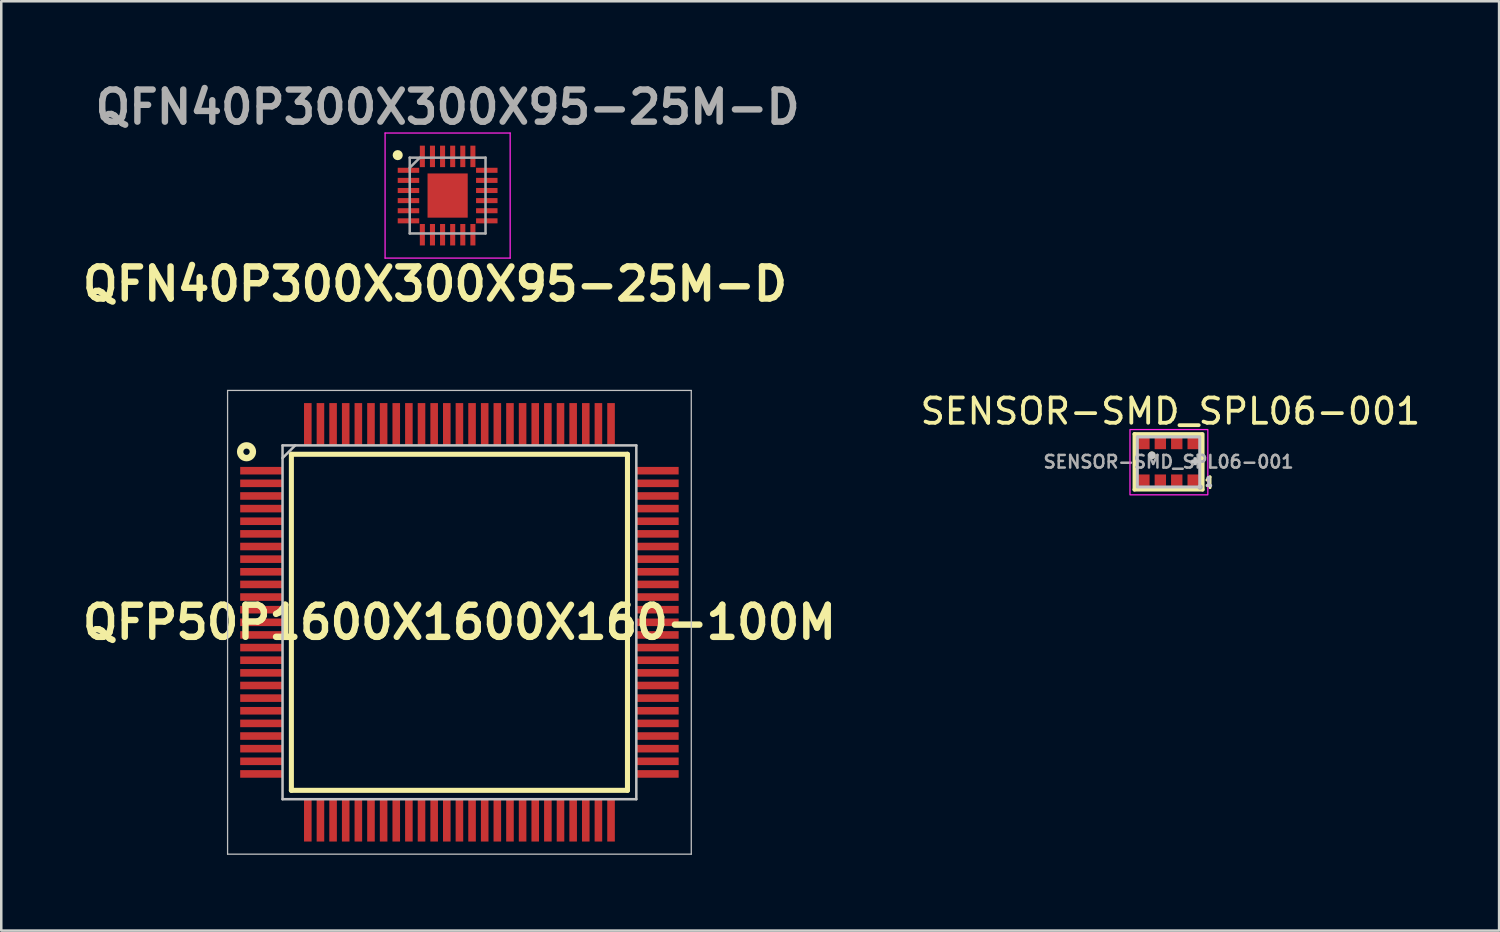
<source format=kicad_pcb>
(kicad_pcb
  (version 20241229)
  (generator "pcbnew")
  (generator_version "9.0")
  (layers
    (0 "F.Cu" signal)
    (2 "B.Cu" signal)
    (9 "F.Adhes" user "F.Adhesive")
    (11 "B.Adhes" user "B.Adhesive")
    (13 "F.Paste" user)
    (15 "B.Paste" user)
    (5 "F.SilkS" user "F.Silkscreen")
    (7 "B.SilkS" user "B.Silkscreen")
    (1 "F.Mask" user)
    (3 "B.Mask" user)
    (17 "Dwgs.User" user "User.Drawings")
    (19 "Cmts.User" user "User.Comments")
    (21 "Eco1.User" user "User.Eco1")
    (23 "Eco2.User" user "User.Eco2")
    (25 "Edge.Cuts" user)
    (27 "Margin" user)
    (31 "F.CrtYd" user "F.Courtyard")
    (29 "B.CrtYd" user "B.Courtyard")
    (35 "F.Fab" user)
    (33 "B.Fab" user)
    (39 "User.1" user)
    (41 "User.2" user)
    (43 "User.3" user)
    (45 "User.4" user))
  (footprint "SENSOR-SMD_SPL06-001"
    (layer "F.Cu")
    (at 43.193 15.226)
    (property "Reference" "SENSOR-SMD_SPL06-001" (at 0.075 -2.001 0) (layer "F.SilkS") (effects (font (size 1 1) (thickness 0.15))))
    (fp_line (start -1.349 -1.1) (end -1.349 1.1) (stroke (width 0.152) (type default)) (layer "F.SilkS"))
    (fp_line (start -1.349 1.1) (end 1.349 1.1) (stroke (width 0.152) (type default)) (layer "F.SilkS"))
    (fp_line (start 1.3 -1.1) (end -1.349 -1.1) (stroke (width 0.152) (type default)) (layer "F.SilkS"))
    (fp_line (start 1.349 1.1) (end 1.349 -1.1) (stroke (width 0.152) (type default)) (layer "F.SilkS"))
    (fp_line (start 1.64 0.6) (end 1.52 0.72) (stroke (width 0.12) (type default)) (layer "F.SilkS"))
    (fp_line (start 1.64 1.02) (end 1.64 0.6) (stroke (width 0.12) (type default)) (layer "F.SilkS"))
    (fp_circle (center -0.66 -0.26) (end -0.585 -0.26) (stroke (width 0.15) (type default)) (fill no) (layer "F.SilkS"))
    (fp_poly (pts (xy 0.94 -0.04) (xy 1.16 -0.04) (xy 1.16 0) (xy 0.94 0)) (stroke (width 0) (type default)) (fill yes) (layer "F.SilkS"))
    (fp_poly (pts (xy 1.032 0.084) (xy 1.032 -0.136) (xy 1.073 -0.136) (xy 1.073 0.084)) (stroke (width 0) (type default)) (fill yes) (layer "F.SilkS"))
    (fp_circle (center -0.66 -0.26) (end -0.585 -0.26) (stroke (width 0.15) (type default)) (fill no) (layer "Dwgs.User"))
    (fp_poly (pts (xy 0.94 -0.04) (xy 1.16 -0.04) (xy 1.16 0) (xy 0.94 0)) (stroke (width 0.1) (type default)) (fill no) (layer "Dwgs.User"))
    (fp_poly (pts (xy 1.032 0.084) (xy 1.032 -0.136) (xy 1.073 -0.136) (xy 1.073 0.084)) (stroke (width 0.1) (type default)) (fill no) (layer "Dwgs.User"))
    (fp_poly (pts (xy -1.245 -0.995) (xy 1.245 -0.995) (xy 1.245 0.995) (xy 1.225 0.995) (xy 1.225 -0.975) (xy -1.245 -0.975)) (stroke (width 0.1) (type default)) (fill no) (layer "Dwgs.User"))
    (fp_poly (pts (xy 1.245 1.005) (xy -1.245 1.005) (xy -1.245 -0.985) (xy -1.225 -0.985) (xy -1.225 0.985) (xy 1.245 0.985)) (stroke (width 0.1) (type default)) (fill no) (layer "Dwgs.User"))
    (fp_poly (pts (xy 1.52 0.94) (xy 1.519 0.926) (xy 1.58 0.925) (xy 1.58 0.628) (xy 1.576 0.625) (xy 1.548 0.653) (xy 1.548 0.624) (xy 1.568 0.604) (xy 1.605 0.604) (xy 1.605 0.925) (xy 1.675 0.927) (xy 1.676 0.951) (xy 1.519 0.948) (xy 1.519 0.946)) (stroke (width 0.1) (type default)) (fill no) (layer "Dwgs.User"))
    (fp_rect (start -1.526 -1.276) (end 1.555 1.305) (stroke (width 0.05) (type default)) (fill no) (layer "F.CrtYd"))
    (fp_line (start -1.25 -1) (end 1.25 -1) (stroke (width 0.051) (type default)) (layer "F.Fab"))
    (fp_line (start -1.25 1) (end -1.25 -1) (stroke (width 0.051) (type default)) (layer "F.Fab"))
    (fp_line (start 1.25 -1) (end 1.25 1) (stroke (width 0.051) (type default)) (layer "F.Fab"))
    (fp_line (start 1.25 1) (end -1.25 1) (stroke (width 0.051) (type default)) (layer "F.Fab"))
    (fp_poly (pts (xy 1.305 0.977) (xy 1.273 0.945) (xy 1.227 0.945) (xy 1.195 0.977) (xy 1.195 1.023) (xy 1.227 1.055) (xy 1.273 1.055) (xy 1.305 1.023)) (stroke (width 0.1) (type default)) (fill no) (layer "F.Fab"))
    (fp_poly (pts (xy -1.15 -0.9) (xy -0.8 -0.9) (xy -0.8 -0.55) (xy -1.15 -0.55)) (stroke (width 0.1) (type default)) (fill no) (layer "User.1"))
    (fp_poly (pts (xy -1.15 0.55) (xy -0.8 0.55) (xy -0.8 0.9) (xy -1.15 0.9)) (stroke (width 0.1) (type default)) (fill no) (layer "User.1"))
    (fp_poly (pts (xy -0.5 -0.9) (xy -0.15 -0.9) (xy -0.15 -0.55) (xy -0.5 -0.55)) (stroke (width 0.1) (type default)) (fill no) (layer "User.1"))
    (fp_poly (pts (xy -0.5 0.55) (xy -0.15 0.55) (xy -0.15 0.9) (xy -0.5 0.9)) (stroke (width 0.1) (type default)) (fill no) (layer "User.1"))
    (fp_poly (pts (xy 0.15 -0.9) (xy 0.5 -0.9) (xy 0.5 -0.55) (xy 0.15 -0.55)) (stroke (width 0.1) (type default)) (fill no) (layer "User.1"))
    (fp_poly (pts (xy 0.15 0.55) (xy 0.5 0.55) (xy 0.5 0.9) (xy 0.15 0.9)) (stroke (width 0.1) (type default)) (fill no) (layer "User.1"))
    (fp_poly (pts (xy 0.8 -0.9) (xy 1.15 -0.9) (xy 1.15 -0.55) (xy 0.8 -0.55)) (stroke (width 0.1) (type default)) (fill no) (layer "User.1"))
    (fp_poly (pts (xy 0.8 0.55) (xy 1.15 0.55) (xy 1.15 0.9) (xy 0.8 0.9)) (stroke (width 0.1) (type default)) (fill no) (layer "User.1"))
    (fp_text user "${REFERENCE}" (at 0 0 0) (layer "F.Fab") (effects (font (size 0.5 0.5) (thickness 0.1))))
    (pad "1" smd rect (at 0.975 0.725) (size 0.45 0.45) (layers "F.Cu" "F.Mask" "F.Paste"))
    (pad "2" smd rect (at 0.325 0.725) (size 0.45 0.45) (layers "F.Cu" "F.Mask" "F.Paste"))
    (pad "3" smd rect (at -0.325 0.725) (size 0.45 0.45) (layers "F.Cu" "F.Mask" "F.Paste"))
    (pad "4" smd rect (at -0.975 0.725) (size 0.45 0.45) (layers "F.Cu" "F.Mask" "F.Paste"))
    (pad "5" smd rect (at -0.975 -0.725) (size 0.45 0.45) (layers "F.Cu" "F.Mask" "F.Paste"))
    (pad "6" smd rect (at -0.325 -0.725) (size 0.45 0.45) (layers "F.Cu" "F.Mask" "F.Paste"))
    (pad "7" smd rect (at 0.325 -0.725) (size 0.45 0.45) (layers "F.Cu" "F.Mask" "F.Paste"))
    (pad "8" smd rect (at 0.975 -0.725) (size 0.45 0.45) (layers "F.Cu" "F.Mask" "F.Paste")))
  (footprint "QFN40P300X300X95-25M-D"
    (layer "F.Cu")
    (at 14.664 4.689)
    (property "Reference" "QFN40P300X300X95-25M-D" (at -0.5 3.5 0) (layer "F.SilkS") (effects (font (size 1.27 1.27) (thickness 0.254))))
    (attr smd)
    (fp_circle (center -1.975 -1.6) (end -1.975 -1.5) (stroke (width 0.2) (type solid)) (fill no) (layer "F.SilkS"))
    (fp_line (start -2.475 -2.475) (end 2.475 -2.475) (stroke (width 0.05) (type solid)) (layer "F.CrtYd"))
    (fp_line (start -2.475 2.475) (end -2.475 -2.475) (stroke (width 0.05) (type solid)) (layer "F.CrtYd"))
    (fp_line (start 2.475 -2.475) (end 2.475 2.475) (stroke (width 0.05) (type solid)) (layer "F.CrtYd"))
    (fp_line (start 2.475 2.475) (end -2.475 2.475) (stroke (width 0.05) (type solid)) (layer "F.CrtYd"))
    (fp_line (start -1.5 -1.5) (end 1.5 -1.5) (stroke (width 0.1) (type solid)) (layer "F.Fab"))
    (fp_line (start -1.5 -1.1) (end -1.1 -1.5) (stroke (width 0.1) (type solid)) (layer "F.Fab"))
    (fp_line (start -1.5 1.5) (end -1.5 -1.5) (stroke (width 0.1) (type solid)) (layer "F.Fab"))
    (fp_line (start 1.5 -1.5) (end 1.5 1.5) (stroke (width 0.1) (type solid)) (layer "F.Fab"))
    (fp_line (start 1.5 1.5) (end -1.5 1.5) (stroke (width 0.1) (type solid)) (layer "F.Fab"))
    (fp_text user "${REFERENCE}" (at 0 -3.5 0) (layer "F.Fab") (effects (font (size 1.27 1.27) (thickness 0.254))))
    (pad "1" smd rect (at -1.55 -1 90) (size 0.2 0.85) (layers "F.Cu" "F.Mask" "F.Paste"))
    (pad "2" smd rect (at -1.55 -0.6 90) (size 0.2 0.85) (layers "F.Cu" "F.Mask" "F.Paste"))
    (pad "3" smd rect (at -1.55 -0.2 90) (size 0.2 0.85) (layers "F.Cu" "F.Mask" "F.Paste"))
    (pad "4" smd rect (at -1.55 0.2 90) (size 0.2 0.85) (layers "F.Cu" "F.Mask" "F.Paste"))
    (pad "5" smd rect (at -1.55 0.6 90) (size 0.2 0.85) (layers "F.Cu" "F.Mask" "F.Paste"))
    (pad "6" smd rect (at -1.55 1 90) (size 0.2 0.85) (layers "F.Cu" "F.Mask" "F.Paste"))
    (pad "7" smd rect (at -1 1.55) (size 0.2 0.85) (layers "F.Cu" "F.Mask" "F.Paste"))
    (pad "8" smd rect (at -0.6 1.55) (size 0.2 0.85) (layers "F.Cu" "F.Mask" "F.Paste"))
    (pad "9" smd rect (at -0.2 1.55) (size 0.2 0.85) (layers "F.Cu" "F.Mask" "F.Paste"))
    (pad "10" smd rect (at 0.2 1.55) (size 0.2 0.85) (layers "F.Cu" "F.Mask" "F.Paste"))
    (pad "11" smd rect (at 0.6 1.55) (size 0.2 0.85) (layers "F.Cu" "F.Mask" "F.Paste"))
    (pad "12" smd rect (at 1 1.55) (size 0.2 0.85) (layers "F.Cu" "F.Mask" "F.Paste"))
    (pad "13" smd rect (at 1.55 1 90) (size 0.2 0.85) (layers "F.Cu" "F.Mask" "F.Paste"))
    (pad "14" smd rect (at 1.55 0.6 90) (size 0.2 0.85) (layers "F.Cu" "F.Mask" "F.Paste"))
    (pad "15" smd rect (at 1.55 0.2 90) (size 0.2 0.85) (layers "F.Cu" "F.Mask" "F.Paste"))
    (pad "16" smd rect (at 1.55 -0.2 90) (size 0.2 0.85) (layers "F.Cu" "F.Mask" "F.Paste"))
    (pad "17" smd rect (at 1.55 -0.6 90) (size 0.2 0.85) (layers "F.Cu" "F.Mask" "F.Paste"))
    (pad "18" smd rect (at 1.55 -1 90) (size 0.2 0.85) (layers "F.Cu" "F.Mask" "F.Paste"))
    (pad "19" smd rect (at 1 -1.55) (size 0.2 0.85) (layers "F.Cu" "F.Mask" "F.Paste"))
    (pad "20" smd rect (at 0.6 -1.55) (size 0.2 0.85) (layers "F.Cu" "F.Mask" "F.Paste"))
    (pad "21" smd rect (at 0.2 -1.55) (size 0.2 0.85) (layers "F.Cu" "F.Mask" "F.Paste"))
    (pad "22" smd rect (at -0.2 -1.55) (size 0.2 0.85) (layers "F.Cu" "F.Mask" "F.Paste"))
    (pad "23" smd rect (at -0.6 -1.55) (size 0.2 0.85) (layers "F.Cu" "F.Mask" "F.Paste"))
    (pad "24" smd rect (at -1 -1.55) (size 0.2 0.85) (layers "F.Cu" "F.Mask" "F.Paste"))
    (pad "25" smd rect (at 0 0) (size 1.59 1.75) (layers "F.Cu" "F.Mask" "F.Paste")))
  (footprint "QFP50P1600X1600X160-100M"
    (layer "F.Cu")
    (at 15.131 21.577)
    (property "Reference" "QFP50P1600X1600X160-100M" (at 0 0 0) (layer "F.SilkS") (effects (font (size 1.27 1.27) (thickness 0.254))))
    (attr smd)
    (fp_line (start -6.65 -6.65) (end 6.65 -6.65) (stroke (width 0.2) (type solid)) (layer "F.SilkS"))
    (fp_line (start -6.65 6.65) (end -6.65 -6.65) (stroke (width 0.2) (type solid)) (layer "F.SilkS"))
    (fp_line (start 6.65 -6.65) (end 6.65 6.65) (stroke (width 0.2) (type solid)) (layer "F.SilkS"))
    (fp_line (start 6.65 6.65) (end -6.65 6.65) (stroke (width 0.2) (type solid)) (layer "F.SilkS"))
    (fp_circle (center -8.425 -6.75) (end -8.55 -6.75) (stroke (width 0.254) (type solid)) (fill no) (layer "F.SilkS"))
    (fp_line (start -9.175 -9.175) (end 9.175 -9.175) (stroke (width 0.05) (type solid)) (layer "Dwgs.User"))
    (fp_line (start -9.175 9.175) (end -9.175 -9.175) (stroke (width 0.05) (type solid)) (layer "Dwgs.User"))
    (fp_line (start -7 -7) (end 7 -7) (stroke (width 0.1) (type solid)) (layer "Dwgs.User"))
    (fp_line (start -7 -6.5) (end -6.5 -7) (stroke (width 0.1) (type solid)) (layer "Dwgs.User"))
    (fp_line (start -7 7) (end -7 -7) (stroke (width 0.1) (type solid)) (layer "Dwgs.User"))
    (fp_line (start 7 -7) (end 7 7) (stroke (width 0.1) (type solid)) (layer "Dwgs.User"))
    (fp_line (start 7 7) (end -7 7) (stroke (width 0.1) (type solid)) (layer "Dwgs.User"))
    (fp_line (start 9.175 -9.175) (end 9.175 9.175) (stroke (width 0.05) (type solid)) (layer "Dwgs.User"))
    (fp_line (start 9.175 9.175) (end -9.175 9.175) (stroke (width 0.05) (type solid)) (layer "Dwgs.User"))
    (pad "1" smd rect (at -7.838 -6 90) (size 0.3 1.675) (layers "F.Cu" "F.Mask" "F.Paste"))
    (pad "2" smd rect (at -7.838 -5.5 90) (size 0.3 1.675) (layers "F.Cu" "F.Mask" "F.Paste"))
    (pad "3" smd rect (at -7.838 -5 90) (size 0.3 1.675) (layers "F.Cu" "F.Mask" "F.Paste"))
    (pad "4" smd rect (at -7.838 -4.5 90) (size 0.3 1.675) (layers "F.Cu" "F.Mask" "F.Paste"))
    (pad "5" smd rect (at -7.838 -4 90) (size 0.3 1.675) (layers "F.Cu" "F.Mask" "F.Paste"))
    (pad "6" smd rect (at -7.838 -3.5 90) (size 0.3 1.675) (layers "F.Cu" "F.Mask" "F.Paste"))
    (pad "7" smd rect (at -7.838 -3 90) (size 0.3 1.675) (layers "F.Cu" "F.Mask" "F.Paste"))
    (pad "8" smd rect (at -7.838 -2.5 90) (size 0.3 1.675) (layers "F.Cu" "F.Mask" "F.Paste"))
    (pad "9" smd rect (at -7.838 -2 90) (size 0.3 1.675) (layers "F.Cu" "F.Mask" "F.Paste"))
    (pad "10" smd rect (at -7.838 -1.5 90) (size 0.3 1.675) (layers "F.Cu" "F.Mask" "F.Paste"))
    (pad "11" smd rect (at -7.838 -1 90) (size 0.3 1.675) (layers "F.Cu" "F.Mask" "F.Paste"))
    (pad "12" smd rect (at -7.838 -0.5 90) (size 0.3 1.675) (layers "F.Cu" "F.Mask" "F.Paste"))
    (pad "13" smd rect (at -7.838 0 90) (size 0.3 1.675) (layers "F.Cu" "F.Mask" "F.Paste"))
    (pad "14" smd rect (at -7.838 0.5 90) (size 0.3 1.675) (layers "F.Cu" "F.Mask" "F.Paste"))
    (pad "15" smd rect (at -7.838 1 90) (size 0.3 1.675) (layers "F.Cu" "F.Mask" "F.Paste"))
    (pad "16" smd rect (at -7.838 1.5 90) (size 0.3 1.675) (layers "F.Cu" "F.Mask" "F.Paste"))
    (pad "17" smd rect (at -7.838 2 90) (size 0.3 1.675) (layers "F.Cu" "F.Mask" "F.Paste"))
    (pad "18" smd rect (at -7.838 2.5 90) (size 0.3 1.675) (layers "F.Cu" "F.Mask" "F.Paste"))
    (pad "19" smd rect (at -7.838 3 90) (size 0.3 1.675) (layers "F.Cu" "F.Mask" "F.Paste"))
    (pad "20" smd rect (at -7.838 3.5 90) (size 0.3 1.675) (layers "F.Cu" "F.Mask" "F.Paste"))
    (pad "21" smd rect (at -7.838 4 90) (size 0.3 1.675) (layers "F.Cu" "F.Mask" "F.Paste"))
    (pad "22" smd rect (at -7.838 4.5 90) (size 0.3 1.675) (layers "F.Cu" "F.Mask" "F.Paste"))
    (pad "23" smd rect (at -7.838 5 90) (size 0.3 1.675) (layers "F.Cu" "F.Mask" "F.Paste"))
    (pad "24" smd rect (at -7.838 5.5 90) (size 0.3 1.675) (layers "F.Cu" "F.Mask" "F.Paste"))
    (pad "25" smd rect (at -7.838 6 90) (size 0.3 1.675) (layers "F.Cu" "F.Mask" "F.Paste"))
    (pad "26" smd rect (at -6 7.838) (size 0.3 1.675) (layers "F.Cu" "F.Mask" "F.Paste"))
    (pad "27" smd rect (at -5.5 7.838) (size 0.3 1.675) (layers "F.Cu" "F.Mask" "F.Paste"))
    (pad "28" smd rect (at -5 7.838) (size 0.3 1.675) (layers "F.Cu" "F.Mask" "F.Paste"))
    (pad "29" smd rect (at -4.5 7.838) (size 0.3 1.675) (layers "F.Cu" "F.Mask" "F.Paste"))
    (pad "30" smd rect (at -4 7.838) (size 0.3 1.675) (layers "F.Cu" "F.Mask" "F.Paste"))
    (pad "31" smd rect (at -3.5 7.838) (size 0.3 1.675) (layers "F.Cu" "F.Mask" "F.Paste"))
    (pad "32" smd rect (at -3 7.838) (size 0.3 1.675) (layers "F.Cu" "F.Mask" "F.Paste"))
    (pad "33" smd rect (at -2.5 7.838) (size 0.3 1.675) (layers "F.Cu" "F.Mask" "F.Paste"))
    (pad "34" smd rect (at -2 7.838) (size 0.3 1.675) (layers "F.Cu" "F.Mask" "F.Paste"))
    (pad "35" smd rect (at -1.5 7.838) (size 0.3 1.675) (layers "F.Cu" "F.Mask" "F.Paste"))
    (pad "36" smd rect (at -1 7.838) (size 0.3 1.675) (layers "F.Cu" "F.Mask" "F.Paste"))
    (pad "37" smd rect (at -0.5 7.838) (size 0.3 1.675) (layers "F.Cu" "F.Mask" "F.Paste"))
    (pad "38" smd rect (at 0 7.838) (size 0.3 1.675) (layers "F.Cu" "F.Mask" "F.Paste"))
    (pad "39" smd rect (at 0.5 7.838) (size 0.3 1.675) (layers "F.Cu" "F.Mask" "F.Paste"))
    (pad "40" smd rect (at 1 7.838) (size 0.3 1.675) (layers "F.Cu" "F.Mask" "F.Paste"))
    (pad "41" smd rect (at 1.5 7.838) (size 0.3 1.675) (layers "F.Cu" "F.Mask" "F.Paste"))
    (pad "42" smd rect (at 2 7.838) (size 0.3 1.675) (layers "F.Cu" "F.Mask" "F.Paste"))
    (pad "43" smd rect (at 2.5 7.838) (size 0.3 1.675) (layers "F.Cu" "F.Mask" "F.Paste"))
    (pad "44" smd rect (at 3 7.838) (size 0.3 1.675) (layers "F.Cu" "F.Mask" "F.Paste"))
    (pad "45" smd rect (at 3.5 7.838) (size 0.3 1.675) (layers "F.Cu" "F.Mask" "F.Paste"))
    (pad "46" smd rect (at 4 7.838) (size 0.3 1.675) (layers "F.Cu" "F.Mask" "F.Paste"))
    (pad "47" smd rect (at 4.5 7.838) (size 0.3 1.675) (layers "F.Cu" "F.Mask" "F.Paste"))
    (pad "48" smd rect (at 5 7.838) (size 0.3 1.675) (layers "F.Cu" "F.Mask" "F.Paste"))
    (pad "49" smd rect (at 5.5 7.838) (size 0.3 1.675) (layers "F.Cu" "F.Mask" "F.Paste"))
    (pad "50" smd rect (at 6 7.838) (size 0.3 1.675) (layers "F.Cu" "F.Mask" "F.Paste"))
    (pad "51" smd rect (at 7.838 6 90) (size 0.3 1.675) (layers "F.Cu" "F.Mask" "F.Paste"))
    (pad "52" smd rect (at 7.838 5.5 90) (size 0.3 1.675) (layers "F.Cu" "F.Mask" "F.Paste"))
    (pad "53" smd rect (at 7.838 5 90) (size 0.3 1.675) (layers "F.Cu" "F.Mask" "F.Paste"))
    (pad "54" smd rect (at 7.838 4.5 90) (size 0.3 1.675) (layers "F.Cu" "F.Mask" "F.Paste"))
    (pad "55" smd rect (at 7.838 4 90) (size 0.3 1.675) (layers "F.Cu" "F.Mask" "F.Paste"))
    (pad "56" smd rect (at 7.838 3.5 90) (size 0.3 1.675) (layers "F.Cu" "F.Mask" "F.Paste"))
    (pad "57" smd rect (at 7.838 3 90) (size 0.3 1.675) (layers "F.Cu" "F.Mask" "F.Paste"))
    (pad "58" smd rect (at 7.838 2.5 90) (size 0.3 1.675) (layers "F.Cu" "F.Mask" "F.Paste"))
    (pad "59" smd rect (at 7.838 2 90) (size 0.3 1.675) (layers "F.Cu" "F.Mask" "F.Paste"))
    (pad "60" smd rect (at 7.838 1.5 90) (size 0.3 1.675) (layers "F.Cu" "F.Mask" "F.Paste"))
    (pad "61" smd rect (at 7.838 1 90) (size 0.3 1.675) (layers "F.Cu" "F.Mask" "F.Paste"))
    (pad "62" smd rect (at 7.838 0.5 90) (size 0.3 1.675) (layers "F.Cu" "F.Mask" "F.Paste"))
    (pad "63" smd rect (at 7.838 0 90) (size 0.3 1.675) (layers "F.Cu" "F.Mask" "F.Paste"))
    (pad "64" smd rect (at 7.838 -0.5 90) (size 0.3 1.675) (layers "F.Cu" "F.Mask" "F.Paste"))
    (pad "65" smd rect (at 7.838 -1 90) (size 0.3 1.675) (layers "F.Cu" "F.Mask" "F.Paste"))
    (pad "66" smd rect (at 7.838 -1.5 90) (size 0.3 1.675) (layers "F.Cu" "F.Mask" "F.Paste"))
    (pad "67" smd rect (at 7.838 -2 90) (size 0.3 1.675) (layers "F.Cu" "F.Mask" "F.Paste"))
    (pad "68" smd rect (at 7.838 -2.5 90) (size 0.3 1.675) (layers "F.Cu" "F.Mask" "F.Paste"))
    (pad "69" smd rect (at 7.838 -3 90) (size 0.3 1.675) (layers "F.Cu" "F.Mask" "F.Paste"))
    (pad "70" smd rect (at 7.838 -3.5 90) (size 0.3 1.675) (layers "F.Cu" "F.Mask" "F.Paste"))
    (pad "71" smd rect (at 7.838 -4 90) (size 0.3 1.675) (layers "F.Cu" "F.Mask" "F.Paste"))
    (pad "72" smd rect (at 7.838 -4.5 90) (size 0.3 1.675) (layers "F.Cu" "F.Mask" "F.Paste"))
    (pad "73" smd rect (at 7.838 -5 90) (size 0.3 1.675) (layers "F.Cu" "F.Mask" "F.Paste"))
    (pad "74" smd rect (at 7.838 -5.5 90) (size 0.3 1.675) (layers "F.Cu" "F.Mask" "F.Paste"))
    (pad "75" smd rect (at 7.838 -6 90) (size 0.3 1.675) (layers "F.Cu" "F.Mask" "F.Paste"))
    (pad "76" smd rect (at 6 -7.838) (size 0.3 1.675) (layers "F.Cu" "F.Mask" "F.Paste"))
    (pad "77" smd rect (at 5.5 -7.838) (size 0.3 1.675) (layers "F.Cu" "F.Mask" "F.Paste"))
    (pad "78" smd rect (at 5 -7.838) (size 0.3 1.675) (layers "F.Cu" "F.Mask" "F.Paste"))
    (pad "79" smd rect (at 4.5 -7.838) (size 0.3 1.675) (layers "F.Cu" "F.Mask" "F.Paste"))
    (pad "80" smd rect (at 4 -7.838) (size 0.3 1.675) (layers "F.Cu" "F.Mask" "F.Paste"))
    (pad "81" smd rect (at 3.5 -7.838) (size 0.3 1.675) (layers "F.Cu" "F.Mask" "F.Paste"))
    (pad "82" smd rect (at 3 -7.838) (size 0.3 1.675) (layers "F.Cu" "F.Mask" "F.Paste"))
    (pad "83" smd rect (at 2.5 -7.838) (size 0.3 1.675) (layers "F.Cu" "F.Mask" "F.Paste"))
    (pad "84" smd rect (at 2 -7.838) (size 0.3 1.675) (layers "F.Cu" "F.Mask" "F.Paste"))
    (pad "85" smd rect (at 1.5 -7.838) (size 0.3 1.675) (layers "F.Cu" "F.Mask" "F.Paste"))
    (pad "86" smd rect (at 1 -7.838) (size 0.3 1.675) (layers "F.Cu" "F.Mask" "F.Paste"))
    (pad "87" smd rect (at 0.5 -7.838) (size 0.3 1.675) (layers "F.Cu" "F.Mask" "F.Paste"))
    (pad "88" smd rect (at 0 -7.838) (size 0.3 1.675) (layers "F.Cu" "F.Mask" "F.Paste"))
    (pad "89" smd rect (at -0.5 -7.838) (size 0.3 1.675) (layers "F.Cu" "F.Mask" "F.Paste"))
    (pad "90" smd rect (at -1 -7.838) (size 0.3 1.675) (layers "F.Cu" "F.Mask" "F.Paste"))
    (pad "91" smd rect (at -1.5 -7.838) (size 0.3 1.675) (layers "F.Cu" "F.Mask" "F.Paste"))
    (pad "92" smd rect (at -2 -7.838) (size 0.3 1.675) (layers "F.Cu" "F.Mask" "F.Paste"))
    (pad "93" smd rect (at -2.5 -7.838) (size 0.3 1.675) (layers "F.Cu" "F.Mask" "F.Paste"))
    (pad "94" smd rect (at -3 -7.838) (size 0.3 1.675) (layers "F.Cu" "F.Mask" "F.Paste"))
    (pad "95" smd rect (at -3.5 -7.838) (size 0.3 1.675) (layers "F.Cu" "F.Mask" "F.Paste"))
    (pad "96" smd rect (at -4 -7.838) (size 0.3 1.675) (layers "F.Cu" "F.Mask" "F.Paste"))
    (pad "97" smd rect (at -4.5 -7.838) (size 0.3 1.675) (layers "F.Cu" "F.Mask" "F.Paste"))
    (pad "98" smd rect (at -5 -7.838) (size 0.3 1.675) (layers "F.Cu" "F.Mask" "F.Paste"))
    (pad "99" smd rect (at -5.5 -7.838) (size 0.3 1.675) (layers "F.Cu" "F.Mask" "F.Paste"))
    (pad "100" smd rect (at -6 -7.838) (size 0.3 1.675) (layers "F.Cu" "F.Mask" "F.Paste")))
  (gr_rect
    (start -3 -3)
    (end 56.274 33.777)
    (stroke (width 0.1) (type default))
    (fill no)
    (layer "Edge.Cuts")))
</source>
